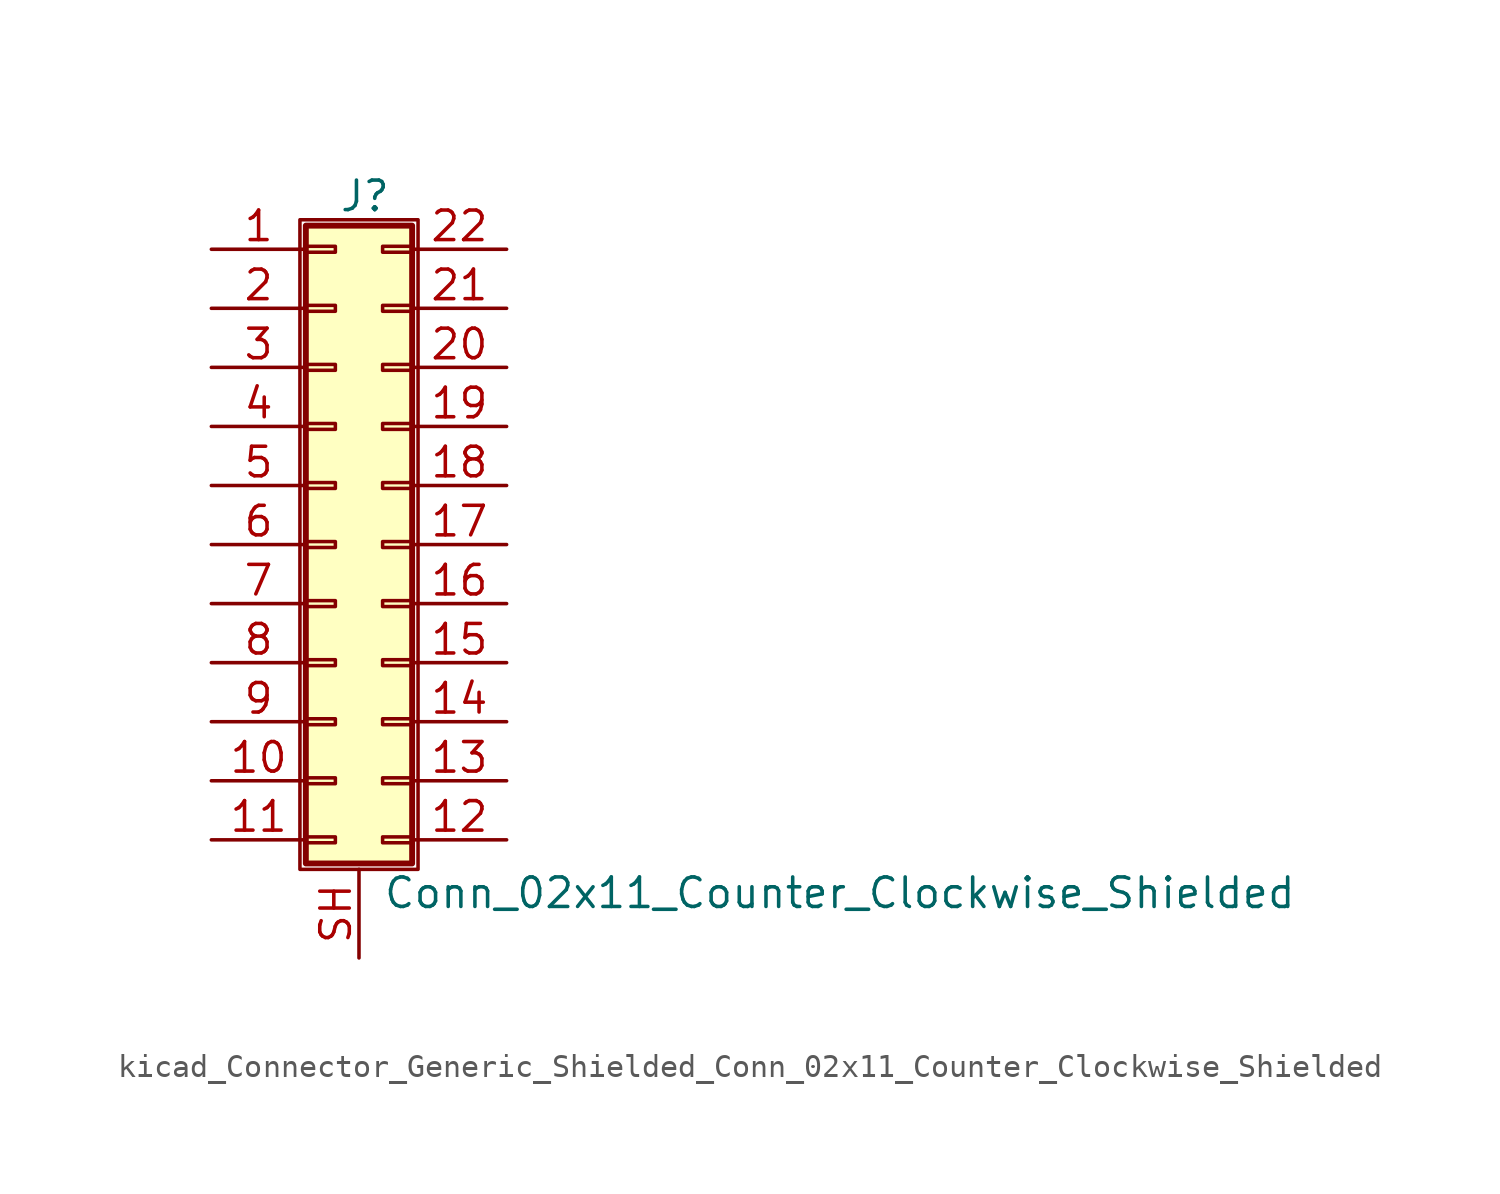
<source format=kicad_sym>
(kicad_symbol_lib
  (version 20220914)
  (generator kicad_symbol_editor)
  (symbol "kicad_Connector_Generic_Shielded_Conn_02x11_Counter_Clockwise_Shielded"
    (pin_names
      (offset 1.016) hide)
    (property "Reference" "J"
      (at 1.524 14.986 0)
      (effects (font (size 1.27 1.27))))
    (property "Value" "Conn_02x11_Counter_Clockwise_Shielded"
      (at 2.286 -14.986 0)
      (effects (font (size 1.27 1.27)) (justify left)))
    (symbol "kicad_Connector_Generic_Shielded_Conn_02x11_Counter_Clockwise_Shielded_1_1"
      (rectangle (start -1.27 13.97) (end 3.81 -13.97) (stroke (width 0.152) (type default)) (fill (type none)))
      (rectangle (start -1.016 -12.573) (end 0.254 -12.827) (stroke (width 0.152) (type default)) (fill (type none)))
      (rectangle (start -1.016 -10.033) (end 0.254 -10.287) (stroke (width 0.152) (type default)) (fill (type none)))
      (rectangle (start -1.016 -7.493) (end 0.254 -7.747) (stroke (width 0.152) (type default)) (fill (type none)))
      (rectangle (start -1.016 -4.953) (end 0.254 -5.207) (stroke (width 0.152) (type default)) (fill (type none)))
      (rectangle (start -1.016 -2.413) (end 0.254 -2.667) (stroke (width 0.152) (type default)) (fill (type none)))
      (rectangle (start -1.016 0.127) (end 0.254 -0.127) (stroke (width 0.152) (type default)) (fill (type none)))
      (rectangle (start -1.016 2.667) (end 0.254 2.413) (stroke (width 0.152) (type default)) (fill (type none)))
      (rectangle (start -1.016 5.207) (end 0.254 4.953) (stroke (width 0.152) (type default)) (fill (type none)))
      (rectangle (start -1.016 7.747) (end 0.254 7.493) (stroke (width 0.152) (type default)) (fill (type none)))
      (rectangle (start -1.016 10.287) (end 0.254 10.033) (stroke (width 0.152) (type default)) (fill (type none)))
      (rectangle (start -1.016 12.827) (end 0.254 12.573) (stroke (width 0.152) (type default)) (fill (type none)))
      (rectangle (start -1.016 13.716) (end 3.556 -13.716) (stroke (width 0.254) (type default)) (fill (type background)))
      (rectangle (start 3.556 -12.573) (end 2.286 -12.827) (stroke (width 0.152) (type default)) (fill (type none)))
      (rectangle (start 3.556 -10.033) (end 2.286 -10.287) (stroke (width 0.152) (type default)) (fill (type none)))
      (rectangle (start 3.556 -7.493) (end 2.286 -7.747) (stroke (width 0.152) (type default)) (fill (type none)))
      (rectangle (start 3.556 -4.953) (end 2.286 -5.207) (stroke (width 0.152) (type default)) (fill (type none)))
      (rectangle (start 3.556 -2.413) (end 2.286 -2.667) (stroke (width 0.152) (type default)) (fill (type none)))
      (rectangle (start 3.556 0.127) (end 2.286 -0.127) (stroke (width 0.152) (type default)) (fill (type none)))
      (rectangle (start 3.556 2.667) (end 2.286 2.413) (stroke (width 0.152) (type default)) (fill (type none)))
      (rectangle (start 3.556 5.207) (end 2.286 4.953) (stroke (width 0.152) (type default)) (fill (type none)))
      (rectangle (start 3.556 7.747) (end 2.286 7.493) (stroke (width 0.152) (type default)) (fill (type none)))
      (rectangle (start 3.556 10.287) (end 2.286 10.033) (stroke (width 0.152) (type default)) (fill (type none)))
      (rectangle (start 3.556 12.827) (end 2.286 12.573) (stroke (width 0.152) (type default)) (fill (type none)))
      (pin passive line (at -5.08 12.7 0) (length 4.064) (name "Pin_1" (effects (font (size 1.27 1.27)))) (number "1" (effects (font (size 1.27 1.27)))))
      (pin passive line (at -5.08 -10.16 0) (length 4.064) (name "Pin_10" (effects (font (size 1.27 1.27)))) (number "10" (effects (font (size 1.27 1.27)))))
      (pin passive line (at -5.08 -12.7 0) (length 4.064) (name "Pin_11" (effects (font (size 1.27 1.27)))) (number "11" (effects (font (size 1.27 1.27)))))
      (pin passive line (at 7.62 -12.7 180) (length 4.064) (name "Pin_12" (effects (font (size 1.27 1.27)))) (number "12" (effects (font (size 1.27 1.27)))))
      (pin passive line (at 7.62 -10.16 180) (length 4.064) (name "Pin_13" (effects (font (size 1.27 1.27)))) (number "13" (effects (font (size 1.27 1.27)))))
      (pin passive line (at 7.62 -7.62 180) (length 4.064) (name "Pin_14" (effects (font (size 1.27 1.27)))) (number "14" (effects (font (size 1.27 1.27)))))
      (pin passive line (at 7.62 -5.08 180) (length 4.064) (name "Pin_15" (effects (font (size 1.27 1.27)))) (number "15" (effects (font (size 1.27 1.27)))))
      (pin passive line (at 7.62 -2.54 180) (length 4.064) (name "Pin_16" (effects (font (size 1.27 1.27)))) (number "16" (effects (font (size 1.27 1.27)))))
      (pin passive line (at 7.62 0 180) (length 4.064) (name "Pin_17" (effects (font (size 1.27 1.27)))) (number "17" (effects (font (size 1.27 1.27)))))
      (pin passive line (at 7.62 2.54 180) (length 4.064) (name "Pin_18" (effects (font (size 1.27 1.27)))) (number "18" (effects (font (size 1.27 1.27)))))
      (pin passive line (at 7.62 5.08 180) (length 4.064) (name "Pin_19" (effects (font (size 1.27 1.27)))) (number "19" (effects (font (size 1.27 1.27)))))
      (pin passive line (at -5.08 10.16 0) (length 4.064) (name "Pin_2" (effects (font (size 1.27 1.27)))) (number "2" (effects (font (size 1.27 1.27)))))
      (pin passive line (at 7.62 7.62 180) (length 4.064) (name "Pin_20" (effects (font (size 1.27 1.27)))) (number "20" (effects (font (size 1.27 1.27)))))
      (pin passive line (at 7.62 10.16 180) (length 4.064) (name "Pin_21" (effects (font (size 1.27 1.27)))) (number "21" (effects (font (size 1.27 1.27)))))
      (pin passive line (at 7.62 12.7 180) (length 4.064) (name "Pin_22" (effects (font (size 1.27 1.27)))) (number "22" (effects (font (size 1.27 1.27)))))
      (pin passive line (at -5.08 7.62 0) (length 4.064) (name "Pin_3" (effects (font (size 1.27 1.27)))) (number "3" (effects (font (size 1.27 1.27)))))
      (pin passive line (at -5.08 5.08 0) (length 4.064) (name "Pin_4" (effects (font (size 1.27 1.27)))) (number "4" (effects (font (size 1.27 1.27)))))
      (pin passive line (at -5.08 2.54 0) (length 4.064) (name "Pin_5" (effects (font (size 1.27 1.27)))) (number "5" (effects (font (size 1.27 1.27)))))
      (pin passive line (at -5.08 0 0) (length 4.064) (name "Pin_6" (effects (font (size 1.27 1.27)))) (number "6" (effects (font (size 1.27 1.27)))))
      (pin passive line (at -5.08 -2.54 0) (length 4.064) (name "Pin_7" (effects (font (size 1.27 1.27)))) (number "7" (effects (font (size 1.27 1.27)))))
      (pin passive line (at -5.08 -5.08 0) (length 4.064) (name "Pin_8" (effects (font (size 1.27 1.27)))) (number "8" (effects (font (size 1.27 1.27)))))
      (pin passive line (at -5.08 -7.62 0) (length 4.064) (name "Pin_9" (effects (font (size 1.27 1.27)))) (number "9" (effects (font (size 1.27 1.27)))))
      (pin passive line (at 1.27 -17.78 90) (length 3.81) (name "Shield" (effects (font (size 1.27 1.27)))) (number "SH" (effects (font (size 1.27 1.27))))))))
</source>
